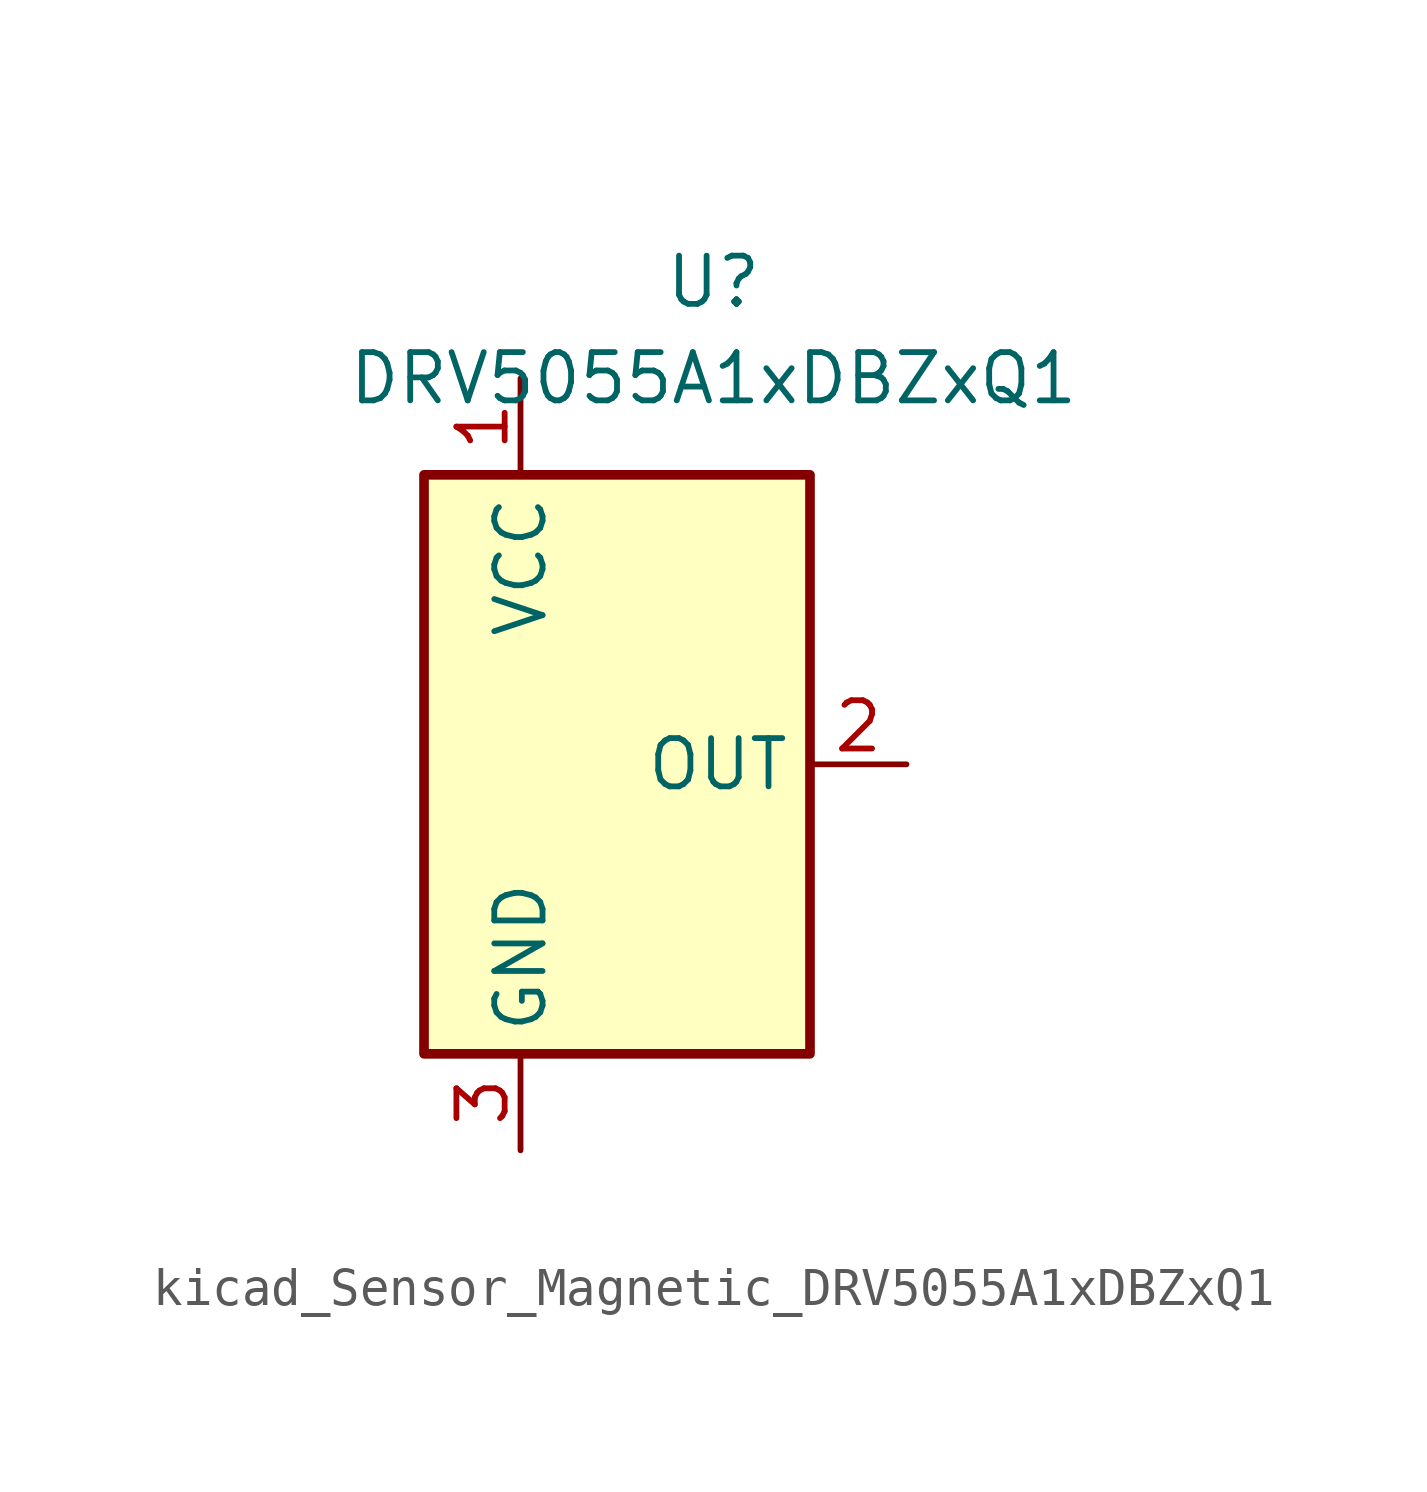
<source format=kicad_sym>
(kicad_symbol_lib
  (version 20220914)
  (generator kicad_symbol_editor)
  (symbol "kicad_Sensor_Magnetic_DRV5055A1xDBZxQ1"
    (property "Reference" "U"
      (at 2.54 12.7 0)
      (effects (font (size 1.27 1.27))))
    (property "Value" "DRV5055A1xDBZxQ1"
      (at 2.54 10.16 0)
      (effects (font (size 1.27 1.27))))
    (symbol "kicad_Sensor_Magnetic_DRV5055A1xDBZxQ1_1_1"
      (rectangle (start -5.08 7.62) (end 5.08 -7.62) (stroke (width 0.254) (type default)) (fill (type background)))
      (pin power_in line (at -2.54 10.16 270) (length 2.54) (name "VCC" (effects (font (size 1.27 1.27)))) (number "1" (effects (font (size 1.27 1.27)))))
      (pin output line (at 7.62 0 180) (length 2.54) (name "OUT" (effects (font (size 1.27 1.27)))) (number "2" (effects (font (size 1.27 1.27)))))
      (pin power_in line (at -2.54 -10.16 90) (length 2.54) (name "GND" (effects (font (size 1.27 1.27)))) (number "3" (effects (font (size 1.27 1.27))))))))
</source>
